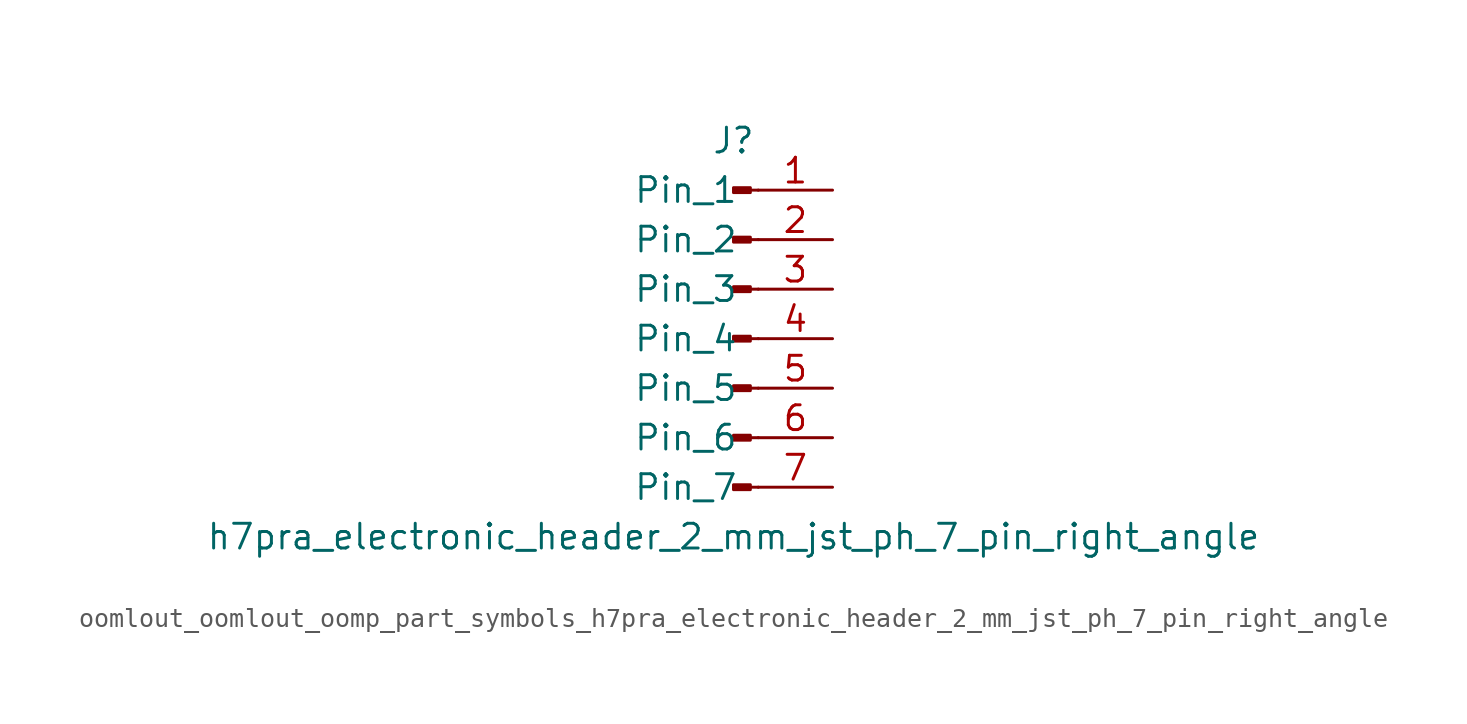
<source format=kicad_sym>
(kicad_symbol_lib
  (version 20220914)
  (generator kicad_symbol_editor)
  (symbol "oomlout_oomlout_oomp_part_symbols_h7pra_electronic_header_2_mm_jst_ph_7_pin_right_angle"
    (pin_names
      (offset 1.016))
    (property "Reference" "J"
      (at 0 10.16 0)
      (effects (font (size 1.27 1.27))))
    (property "Value" "h7pra_electronic_header_2_mm_jst_ph_7_pin_right_angle"
      (at 0 -10.16 0)
      (effects (font (size 1.27 1.27))))
    (property "ki_locked" ""
      (at 0 0 0)
      (effects (font (size 1.27 1.27))))
    (symbol "oomlout_oomlout_oomp_part_symbols_h7pra_electronic_header_2_mm_jst_ph_7_pin_right_angle_1_1"
      (polyline (pts (xy 1.27 -7.62) (xy 0.864 -7.62)) (stroke (width 0.152) (type default)) (fill (type none)))
      (polyline (pts (xy 1.27 -5.08) (xy 0.864 -5.08)) (stroke (width 0.152) (type default)) (fill (type none)))
      (polyline (pts (xy 1.27 -2.54) (xy 0.864 -2.54)) (stroke (width 0.152) (type default)) (fill (type none)))
      (polyline (pts (xy 1.27 0) (xy 0.864 0)) (stroke (width 0.152) (type default)) (fill (type none)))
      (polyline (pts (xy 1.27 2.54) (xy 0.864 2.54)) (stroke (width 0.152) (type default)) (fill (type none)))
      (polyline (pts (xy 1.27 5.08) (xy 0.864 5.08)) (stroke (width 0.152) (type default)) (fill (type none)))
      (polyline (pts (xy 1.27 7.62) (xy 0.864 7.62)) (stroke (width 0.152) (type default)) (fill (type none)))
      (rectangle (start 0.864 -7.493) (end 0 -7.747) (stroke (width 0.152) (type default)) (fill (type outline)))
      (rectangle (start 0.864 -4.953) (end 0 -5.207) (stroke (width 0.152) (type default)) (fill (type outline)))
      (rectangle (start 0.864 -2.413) (end 0 -2.667) (stroke (width 0.152) (type default)) (fill (type outline)))
      (rectangle (start 0.864 0.127) (end 0 -0.127) (stroke (width 0.152) (type default)) (fill (type outline)))
      (rectangle (start 0.864 2.667) (end 0 2.413) (stroke (width 0.152) (type default)) (fill (type outline)))
      (rectangle (start 0.864 5.207) (end 0 4.953) (stroke (width 0.152) (type default)) (fill (type outline)))
      (rectangle (start 0.864 7.747) (end 0 7.493) (stroke (width 0.152) (type default)) (fill (type outline)))
      (pin passive line (at 5.08 7.62 180) (length 3.81) (name "Pin_1" (effects (font (size 1.27 1.27)))) (number "1" (effects (font (size 1.27 1.27)))))
      (pin passive line (at 5.08 5.08 180) (length 3.81) (name "Pin_2" (effects (font (size 1.27 1.27)))) (number "2" (effects (font (size 1.27 1.27)))))
      (pin passive line (at 5.08 2.54 180) (length 3.81) (name "Pin_3" (effects (font (size 1.27 1.27)))) (number "3" (effects (font (size 1.27 1.27)))))
      (pin passive line (at 5.08 0 180) (length 3.81) (name "Pin_4" (effects (font (size 1.27 1.27)))) (number "4" (effects (font (size 1.27 1.27)))))
      (pin passive line (at 5.08 -2.54 180) (length 3.81) (name "Pin_5" (effects (font (size 1.27 1.27)))) (number "5" (effects (font (size 1.27 1.27)))))
      (pin passive line (at 5.08 -5.08 180) (length 3.81) (name "Pin_6" (effects (font (size 1.27 1.27)))) (number "6" (effects (font (size 1.27 1.27)))))
      (pin passive line (at 5.08 -7.62 180) (length 3.81) (name "Pin_7" (effects (font (size 1.27 1.27)))) (number "7" (effects (font (size 1.27 1.27))))))))
</source>
